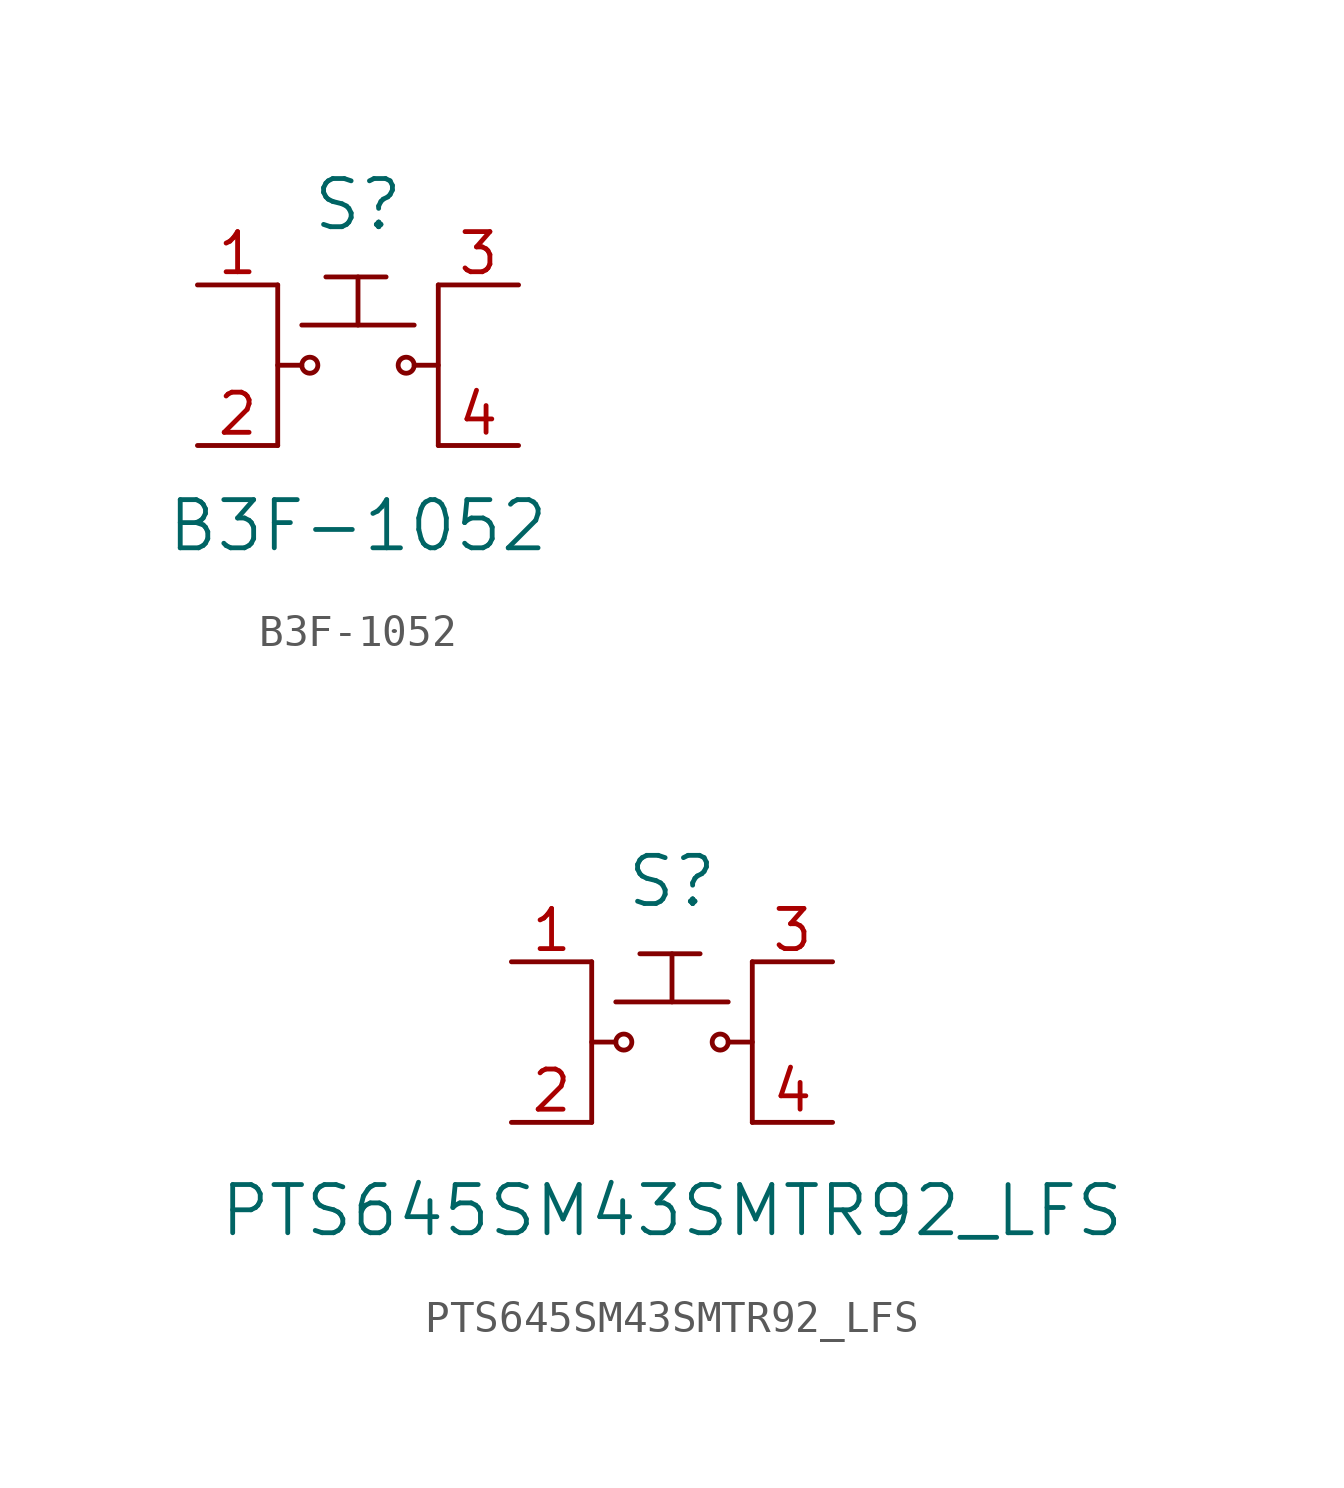
<source format=kicad_sym>
(kicad_symbol_lib
  (version 20231120)
  (generator "kicad_symbol_editor")
  (generator_version "8.0")
  (symbol "B3F-1052"
    (pin_names
      (offset 1.016))
    (property "Reference" "S"
      (at 0 5.08 0)
      (effects (font (size 1.524 1.524))))
    (property "Value" "B3F-1052"
      (at 0 -5.08 0)
      (effects (font (size 1.524 1.524))))
    (symbol "B3F-1052_0_1"
      (circle (center -1.524 0) (radius 0.254) (stroke (width 0) (type default)) (fill (type none)))
      (polyline (pts (xy -2.54 2.54) (xy -2.54 -2.54)) (stroke (width 0) (type default)) (fill (type none)))
      (polyline (pts (xy -1.778 0) (xy -2.54 0)) (stroke (width 0) (type default)) (fill (type none)))
      (polyline (pts (xy -1.778 1.27) (xy 1.778 1.27)) (stroke (width 0) (type default)) (fill (type none)))
      (polyline (pts (xy 2.54 -2.54) (xy 2.54 2.54)) (stroke (width 0) (type default)) (fill (type none)))
      (polyline (pts (xy 2.54 0) (xy 1.778 0)) (stroke (width 0) (type default)) (fill (type none)))
      (circle (center 1.524 0) (radius 0.254) (stroke (width 0) (type default)) (fill (type none))))
    (symbol "B3F-1052_1_1"
      (polyline (pts (xy -1.016 2.794) (xy 0.889 2.794)) (stroke (width 0) (type default)) (fill (type none)))
      (polyline (pts (xy 0 2.794) (xy 0 1.27)) (stroke (width 0) (type default)) (fill (type none)))
      (pin passive line (at -5.08 2.54 0) (length 2.54) (name "~" (effects (font (size 1.27 1.27)))) (number "1" (effects (font (size 1.27 1.27)))))
      (pin passive line (at -5.08 -2.54 0) (length 2.54) (name "~" (effects (font (size 1.27 1.27)))) (number "2" (effects (font (size 1.27 1.27)))))
      (pin passive line (at 5.08 2.54 180) (length 2.54) (name "~" (effects (font (size 1.27 1.27)))) (number "3" (effects (font (size 1.27 1.27)))))
      (pin passive line (at 5.08 -2.54 180) (length 2.54) (name "~" (effects (font (size 1.27 1.27)))) (number "4" (effects (font (size 1.27 1.27)))))))
  (symbol "PTS645SM43SMTR92_LFS"
    (pin_names
      (offset 1.016))
    (property "Reference" "S"
      (at 0 5.08 0)
      (effects (font (size 1.524 1.524))))
    (property "Value" "PTS645SM43SMTR92_LFS"
      (at 0 -5.334 0)
      (effects (font (size 1.524 1.524))))
    (symbol "PTS645SM43SMTR92_LFS_0_1"
      (circle (center -1.524 0) (radius 0.254) (stroke (width 0) (type default)) (fill (type none)))
      (polyline (pts (xy -2.54 2.54) (xy -2.54 -2.54)) (stroke (width 0) (type default)) (fill (type none)))
      (polyline (pts (xy -1.778 0) (xy -2.54 0)) (stroke (width 0) (type default)) (fill (type none)))
      (polyline (pts (xy -1.778 1.27) (xy 1.778 1.27)) (stroke (width 0) (type default)) (fill (type none)))
      (polyline (pts (xy 2.54 -2.54) (xy 2.54 2.54)) (stroke (width 0) (type default)) (fill (type none)))
      (polyline (pts (xy 2.54 0) (xy 1.778 0)) (stroke (width 0) (type default)) (fill (type none)))
      (circle (center 1.524 0) (radius 0.254) (stroke (width 0) (type default)) (fill (type none))))
    (symbol "PTS645SM43SMTR92_LFS_1_1"
      (polyline (pts (xy -1.016 2.794) (xy 0.889 2.794)) (stroke (width 0) (type default)) (fill (type none)))
      (polyline (pts (xy 0 2.794) (xy 0 1.27)) (stroke (width 0) (type default)) (fill (type none)))
      (pin passive line (at -5.08 2.54 0) (length 2.54) (name "~" (effects (font (size 1.27 1.27)))) (number "1" (effects (font (size 1.27 1.27)))))
      (pin passive line (at -5.08 -2.54 0) (length 2.54) (name "~" (effects (font (size 1.27 1.27)))) (number "2" (effects (font (size 1.27 1.27)))))
      (pin passive line (at 5.08 2.54 180) (length 2.54) (name "~" (effects (font (size 1.27 1.27)))) (number "3" (effects (font (size 1.27 1.27)))))
      (pin passive line (at 5.08 -2.54 180) (length 2.54) (name "~" (effects (font (size 1.27 1.27)))) (number "4" (effects (font (size 1.27 1.27))))))))
</source>
